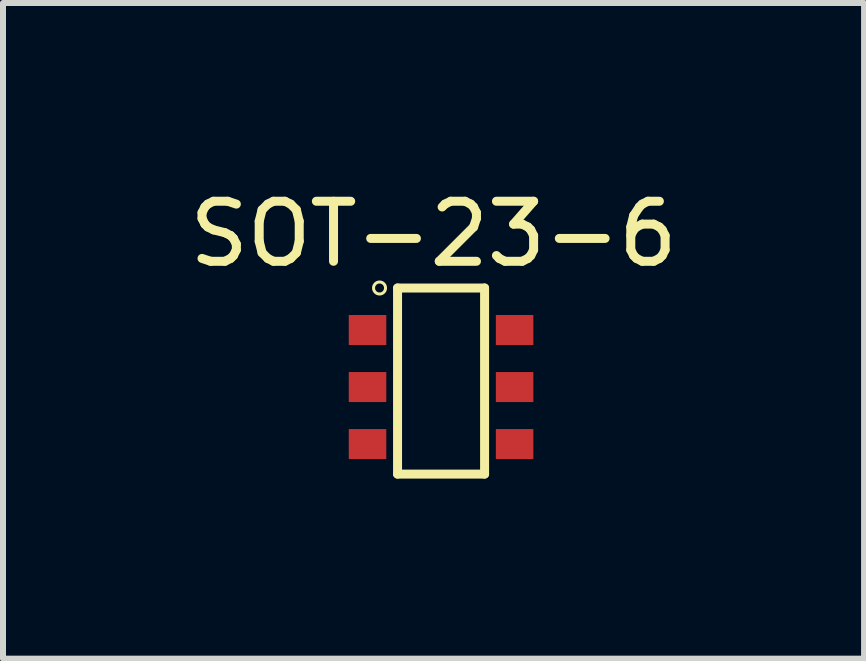
<source format=kicad_pcb>
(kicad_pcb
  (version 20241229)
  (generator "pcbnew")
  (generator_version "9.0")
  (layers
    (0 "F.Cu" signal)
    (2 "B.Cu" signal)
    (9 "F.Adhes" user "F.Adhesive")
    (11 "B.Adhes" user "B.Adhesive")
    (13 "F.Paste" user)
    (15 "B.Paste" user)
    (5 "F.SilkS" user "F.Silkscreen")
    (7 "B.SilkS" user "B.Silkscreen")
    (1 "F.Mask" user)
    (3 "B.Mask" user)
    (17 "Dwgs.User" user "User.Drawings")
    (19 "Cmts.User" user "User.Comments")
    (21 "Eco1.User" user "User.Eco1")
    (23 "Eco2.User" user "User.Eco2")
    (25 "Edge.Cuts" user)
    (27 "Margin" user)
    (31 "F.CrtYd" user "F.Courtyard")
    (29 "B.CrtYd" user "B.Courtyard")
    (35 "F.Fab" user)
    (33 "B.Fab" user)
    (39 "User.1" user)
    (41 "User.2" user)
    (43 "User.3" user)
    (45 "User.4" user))
  (footprint "SOT-23-6"
    (layer "F.Cu")
    (at 3.073 2.448)
    (property "Reference" "SOT-23-6" (at 1.1 -1.6 0) (layer "F.SilkS") (effects (font (size 1 1) (thickness 0.15))))
    (attr through_hole)
    (fp_line (start 0.5 -0.7) (end 0.5 2.4) (stroke (width 0.15) (type solid)) (layer "F.SilkS"))
    (fp_line (start 0.5 -0.7) (end 1.95 -0.7) (stroke (width 0.15) (type solid)) (layer "F.SilkS"))
    (fp_line (start 0.5 2.4) (end 1.95 2.4) (stroke (width 0.15) (type solid)) (layer "F.SilkS"))
    (fp_line (start 1.95 -0.7) (end 1.95 2.4) (stroke (width 0.15) (type solid)) (layer "F.SilkS"))
    (fp_circle (center 0.2 -0.7) (end 0.3 -0.7) (stroke (width 0.05) (type solid)) (fill no) (layer "F.SilkS"))
    (pad "1" smd rect (at 0 0) (size 0.625 0.5) (layers "F.Cu" "F.Mask" "F.Paste"))
    (pad "2" smd rect (at 0 0.95) (size 0.625 0.5) (layers "F.Cu" "F.Mask" "F.Paste"))
    (pad "3" smd rect (at 0 1.9) (size 0.625 0.5) (layers "F.Cu" "F.Mask" "F.Paste"))
    (pad "4" smd rect (at 2.45 1.9) (size 0.625 0.5) (layers "F.Cu" "F.Mask" "F.Paste"))
    (pad "5" smd rect (at 2.45 0.95) (size 0.625 0.5) (layers "F.Cu" "F.Mask" "F.Paste"))
    (pad "6" smd rect (at 2.45 0) (size 0.625 0.5) (layers "F.Cu" "F.Mask" "F.Paste")))
  (gr_rect
    (start -3 -3)
    (end 11.345 7.923)
    (stroke (width 0.1) (type default))
    (fill no)
    (layer "Edge.Cuts")))
</source>
